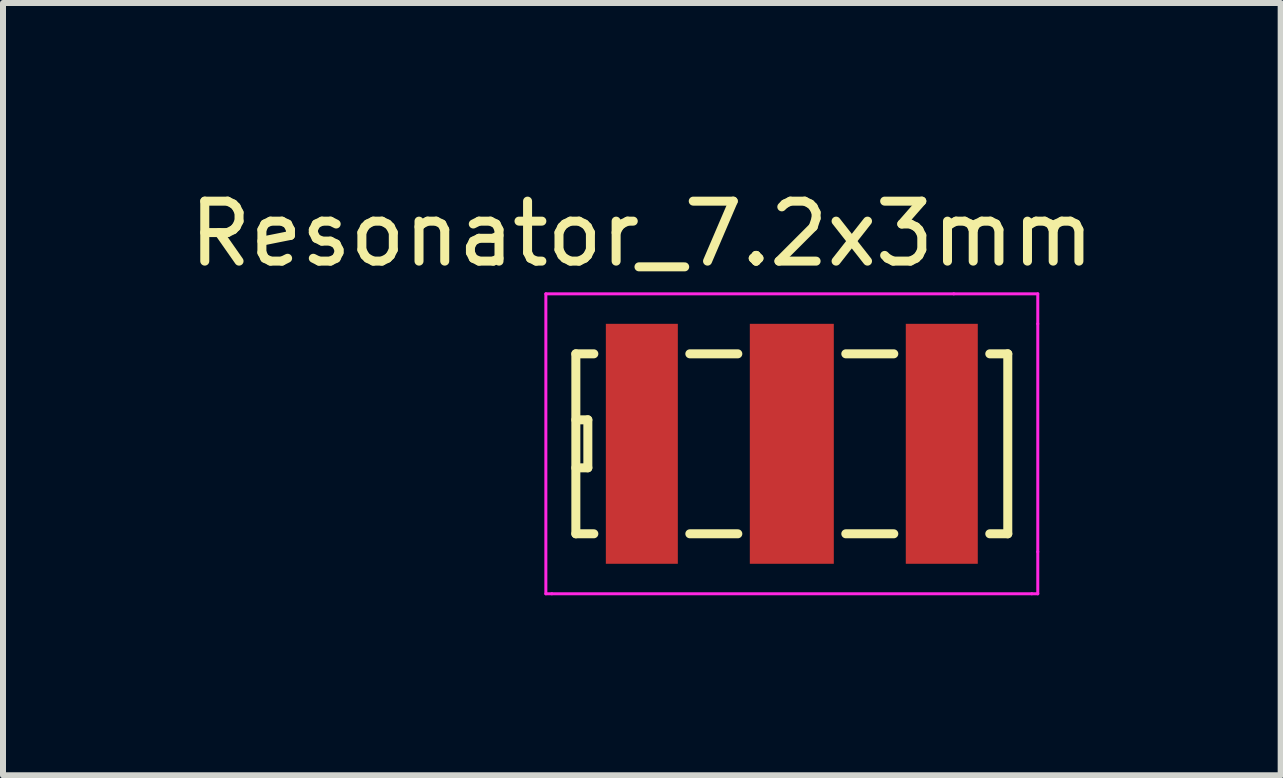
<source format=kicad_pcb>
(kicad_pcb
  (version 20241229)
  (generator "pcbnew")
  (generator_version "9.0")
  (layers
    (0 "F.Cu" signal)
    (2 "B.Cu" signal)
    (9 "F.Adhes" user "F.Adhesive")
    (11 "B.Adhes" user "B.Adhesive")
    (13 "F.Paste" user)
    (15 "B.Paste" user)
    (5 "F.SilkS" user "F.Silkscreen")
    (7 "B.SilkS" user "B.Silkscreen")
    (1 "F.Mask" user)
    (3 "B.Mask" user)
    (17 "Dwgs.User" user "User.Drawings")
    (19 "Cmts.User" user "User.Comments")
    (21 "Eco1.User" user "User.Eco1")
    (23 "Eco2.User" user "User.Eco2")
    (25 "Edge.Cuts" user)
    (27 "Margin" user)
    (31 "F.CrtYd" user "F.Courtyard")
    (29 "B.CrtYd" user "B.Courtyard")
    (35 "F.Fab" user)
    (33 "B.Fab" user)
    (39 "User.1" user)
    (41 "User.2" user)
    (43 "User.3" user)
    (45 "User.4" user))
  (footprint "Resonator_7.2x3mm"
    (layer "F.Cu")
    (at 10.149 4.348)
    (property "Reference" "Resonator_7.2x3mm" (at -2.5 -3.5 0) (layer "F.SilkS") (effects (font (size 1 1) (thickness 0.15))))
    (attr through_hole)
    (fp_line (start -3.6 -1.5) (end -3.6 1.5) (stroke (width 0.15) (type solid)) (layer "F.SilkS"))
    (fp_line (start -3.6 -0.4) (end -3.4 -0.4) (stroke (width 0.15) (type solid)) (layer "F.SilkS"))
    (fp_line (start -3.6 1.5) (end -3.3 1.5) (stroke (width 0.15) (type solid)) (layer "F.SilkS"))
    (fp_line (start -3.4 -0.4) (end -3.4 0.4) (stroke (width 0.15) (type solid)) (layer "F.SilkS"))
    (fp_line (start -3.4 0.4) (end -3.6 0.4) (stroke (width 0.15) (type solid)) (layer "F.SilkS"))
    (fp_line (start -3.3 -1.5) (end -3.6 -1.5) (stroke (width 0.15) (type solid)) (layer "F.SilkS"))
    (fp_line (start -1.7 1.5) (end -0.9 1.5) (stroke (width 0.15) (type solid)) (layer "F.SilkS"))
    (fp_line (start -0.9 -1.5) (end -1.7 -1.5) (stroke (width 0.15) (type solid)) (layer "F.SilkS"))
    (fp_line (start 0.9 1.5) (end 1.7 1.5) (stroke (width 0.15) (type solid)) (layer "F.SilkS"))
    (fp_line (start 1.7 -1.5) (end 0.9 -1.5) (stroke (width 0.15) (type solid)) (layer "F.SilkS"))
    (fp_line (start 3.3 1.5) (end 3.6 1.5) (stroke (width 0.15) (type solid)) (layer "F.SilkS"))
    (fp_line (start 3.6 -1.5) (end 3.3 -1.5) (stroke (width 0.15) (type solid)) (layer "F.SilkS"))
    (fp_line (start 3.6 -1.5) (end 3.6 1.5) (stroke (width 0.15) (type solid)) (layer "F.SilkS"))
    (fp_line (start -4.1 -2.5) (end -4.1 2.5) (stroke (width 0.05) (type solid)) (layer "F.CrtYd"))
    (fp_line (start -4.1 -2.5) (end 2.7 -2.5) (stroke (width 0.05) (type solid)) (layer "F.CrtYd"))
    (fp_line (start -4 2.5) (end -4.1 2.5) (stroke (width 0.05) (type solid)) (layer "F.CrtYd"))
    (fp_line (start -4 2.5) (end 4 2.5) (stroke (width 0.05) (type solid)) (layer "F.CrtYd"))
    (fp_line (start 2.7 -2.5) (end 4.1 -2.5) (stroke (width 0.05) (type solid)) (layer "F.CrtYd"))
    (fp_line (start 4.1 -2.5) (end 4.1 -2) (stroke (width 0.05) (type solid)) (layer "F.CrtYd"))
    (fp_line (start 4.1 -2) (end 4.1 1.8) (stroke (width 0.05) (type solid)) (layer "F.CrtYd"))
    (fp_line (start 4.1 1.8) (end 4.1 2.5) (stroke (width 0.05) (type solid)) (layer "F.CrtYd"))
    (fp_line (start 4.1 2.5) (end 4 2.5) (stroke (width 0.05) (type solid)) (layer "F.CrtYd"))
    (pad "1" smd rect (at -2.5 0) (size 1.2 4) (layers "F.Cu" "F.Mask" "F.Paste"))
    (pad "2" smd rect (at 0 0) (size 1.4 4) (layers "F.Cu" "F.Mask" "F.Paste"))
    (pad "3" smd rect (at 2.5 0) (size 1.2 4) (layers "F.Cu" "F.Mask" "F.Paste")))
  (gr_rect
    (start -3 -3)
    (end 18.298 9.873)
    (stroke (width 0.1) (type default))
    (fill no)
    (layer "Edge.Cuts")))
</source>
